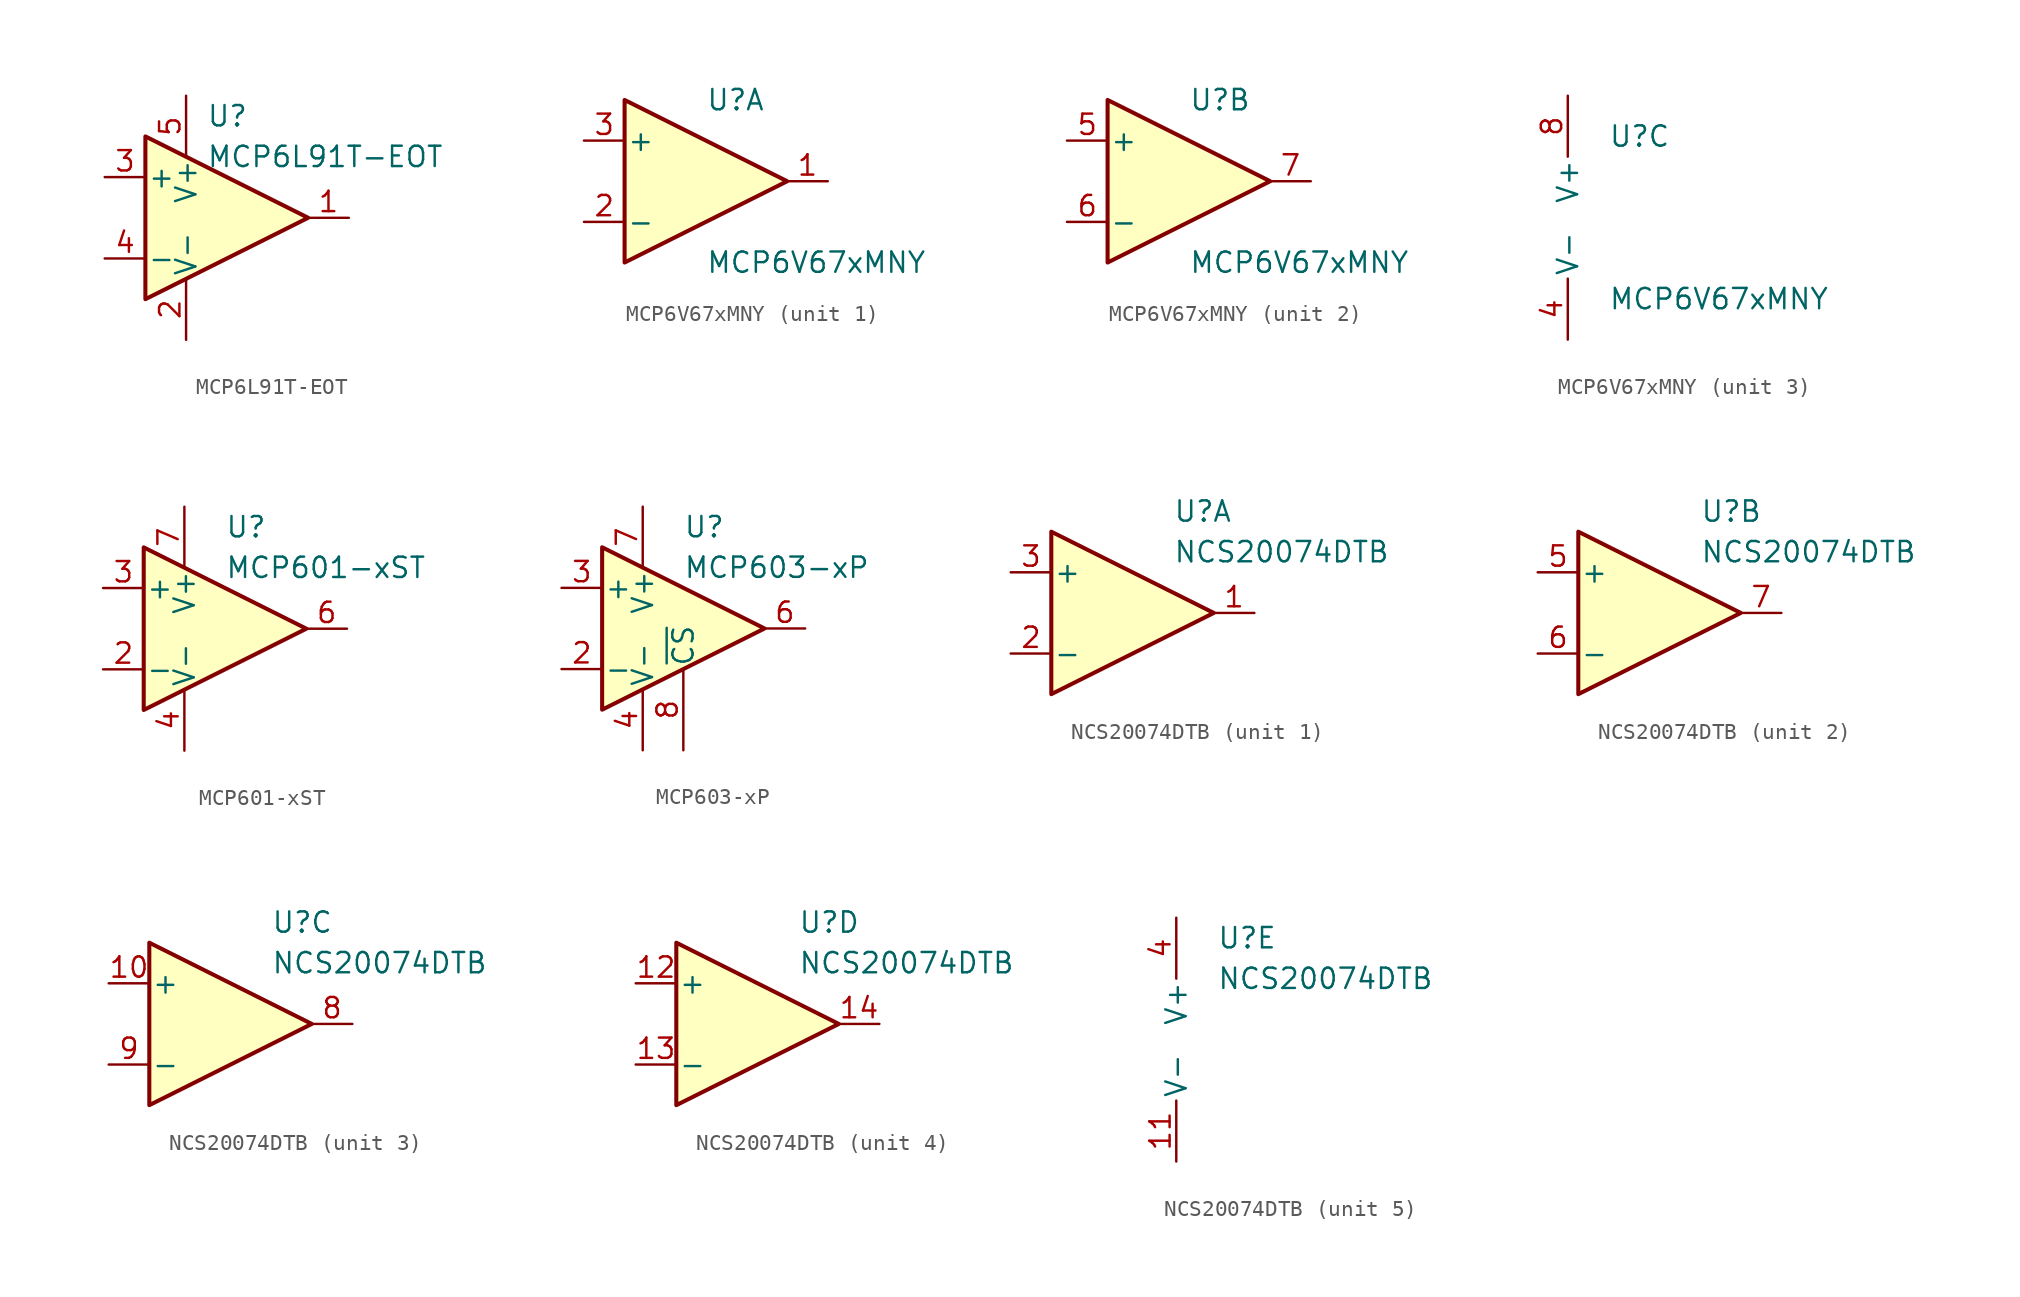
<source format=kicad_sym>
(kicad_symbol_lib
  (version 20241209)
  (generator "kicad_symbol_editor")
  (generator_version "9.0")
  (symbol "MCP6L91T-EOT"
    (pin_names
      (offset 0.127))
    (property "Reference" "U"
      (at -1.27 6.35 0)
      (effects (font (size 1.27 1.27)) (justify left)))
    (property "Value" "MCP6L91T-EOT"
      (at -1.27 3.81 0)
      (effects (font (size 1.27 1.27)) (justify left)))
    (symbol "MCP6L91T-EOT_0_1"
      (polyline (pts (xy -5.08 5.08) (xy 5.08 0) (xy -5.08 -5.08) (xy -5.08 5.08)) (stroke (width 0.254) (type default)) (fill (type background)))
      (pin power_in line (at -2.54 7.62 270) (length 3.81) (name "V+" (effects (font (size 1.27 1.27)))) (number "5" (effects (font (size 1.27 1.27)))))
      (pin power_in line (at -2.54 -7.62 90) (length 3.81) (name "V-" (effects (font (size 1.27 1.27)))) (number "2" (effects (font (size 1.27 1.27))))))
    (symbol "MCP6L91T-EOT_1_1"
      (pin input line (at -7.62 2.54 0) (length 2.54) (name "+" (effects (font (size 1.27 1.27)))) (number "3" (effects (font (size 1.27 1.27)))))
      (pin input line (at -7.62 -2.54 0) (length 2.54) (name "-" (effects (font (size 1.27 1.27)))) (number "4" (effects (font (size 1.27 1.27)))))
      (pin output line (at 7.62 0 180) (length 2.54) (name "~" (effects (font (size 1.27 1.27)))) (number "1" (effects (font (size 1.27 1.27)))))))
  (symbol "MCP6V67xMNY"
    (pin_names
      (offset 0.127))
    (property "Reference" "U"
      (at 0 5.08 0)
      (effects (font (size 1.27 1.27)) (justify left)))
    (property "Value" "MCP6V67xMNY"
      (at 0 -5.08 0)
      (effects (font (size 1.27 1.27)) (justify left)))
    (property "ki_locked" ""
      (at 0 0 0)
      (effects (font (size 1.27 1.27))))
    (symbol "MCP6V67xMNY_1_1"
      (polyline (pts (xy -5.08 5.08) (xy 5.08 0) (xy -5.08 -5.08) (xy -5.08 5.08)) (stroke (width 0.254) (type default)) (fill (type background)))
      (pin input line (at -7.62 2.54 0) (length 2.54) (name "+" (effects (font (size 1.27 1.27)))) (number "3" (effects (font (size 1.27 1.27)))))
      (pin input line (at -7.62 -2.54 0) (length 2.54) (name "-" (effects (font (size 1.27 1.27)))) (number "2" (effects (font (size 1.27 1.27)))))
      (pin output line (at 7.62 0 180) (length 2.54) (name "~" (effects (font (size 1.27 1.27)))) (number "1" (effects (font (size 1.27 1.27))))))
    (symbol "MCP6V67xMNY_2_1"
      (polyline (pts (xy -5.08 5.08) (xy 5.08 0) (xy -5.08 -5.08) (xy -5.08 5.08)) (stroke (width 0.254) (type default)) (fill (type background)))
      (pin input line (at -7.62 2.54 0) (length 2.54) (name "+" (effects (font (size 1.27 1.27)))) (number "5" (effects (font (size 1.27 1.27)))))
      (pin input line (at -7.62 -2.54 0) (length 2.54) (name "-" (effects (font (size 1.27 1.27)))) (number "6" (effects (font (size 1.27 1.27)))))
      (pin output line (at 7.62 0 180) (length 2.54) (name "~" (effects (font (size 1.27 1.27)))) (number "7" (effects (font (size 1.27 1.27))))))
    (symbol "MCP6V67xMNY_3_1"
      (pin power_in line (at -2.54 7.62 270) (length 3.81) (name "V+" (effects (font (size 1.27 1.27)))) (number "8" (effects (font (size 1.27 1.27)))))
      (pin power_in line (at -2.54 -7.62 90) (length 3.81) (name "V-" (effects (font (size 1.27 1.27)))) (number "4" (effects (font (size 1.27 1.27)))))
      (pin passive line (at -2.54 -7.62 90) (length 3.81) (hide yes) (name "V-" (effects (font (size 1.27 1.27)))) (number "9" (effects (font (size 1.27 1.27)))))))
  (symbol "MCP601-xST"
    (pin_names
      (offset 0.127))
    (property "Reference" "U"
      (at 0 6.35 0)
      (effects (font (size 1.27 1.27)) (justify left)))
    (property "Value" "MCP601-xST"
      (at 0 3.81 0)
      (effects (font (size 1.27 1.27)) (justify left)))
    (symbol "MCP601-xST_0_1"
      (polyline (pts (xy -5.08 5.08) (xy 5.08 0) (xy -5.08 -5.08) (xy -5.08 5.08)) (stroke (width 0.254) (type default)) (fill (type background))))
    (symbol "MCP601-xST_1_1"
      (pin input line (at -7.62 2.54 0) (length 2.54) (name "+" (effects (font (size 1.27 1.27)))) (number "3" (effects (font (size 1.27 1.27)))))
      (pin input line (at -7.62 -2.54 0) (length 2.54) (name "-" (effects (font (size 1.27 1.27)))) (number "2" (effects (font (size 1.27 1.27)))))
      (pin power_in line (at -2.54 7.62 270) (length 3.81) (name "V+" (effects (font (size 1.27 1.27)))) (number "7" (effects (font (size 1.27 1.27)))))
      (pin no_connect line (at -2.54 2.54 270) (length 2.54) (hide yes) (name "NC" (effects (font (size 1.27 1.27)))) (number "1" (effects (font (size 1.27 1.27)))))
      (pin power_in line (at -2.54 -7.62 90) (length 3.81) (name "V-" (effects (font (size 1.27 1.27)))) (number "4" (effects (font (size 1.27 1.27)))))
      (pin no_connect line (at 0 2.54 270) (length 2.54) (hide yes) (name "NC" (effects (font (size 1.27 1.27)))) (number "5" (effects (font (size 1.27 1.27)))))
      (pin no_connect line (at 0 -2.54 90) (length 2.54) (hide yes) (name "NC" (effects (font (size 1.27 1.27)))) (number "8" (effects (font (size 1.27 1.27)))))
      (pin output line (at 7.62 0 180) (length 2.54) (name "~" (effects (font (size 1.27 1.27)))) (number "6" (effects (font (size 1.27 1.27)))))))
  (symbol "MCP603-xP"
    (pin_names
      (offset 0.127))
    (property "Reference" "U"
      (at 0 6.35 0)
      (effects (font (size 1.27 1.27)) (justify left)))
    (property "Value" "MCP603-xP"
      (at 0 3.81 0)
      (effects (font (size 1.27 1.27)) (justify left)))
    (symbol "MCP603-xP_0_1"
      (polyline (pts (xy -5.08 5.08) (xy 5.08 0) (xy -5.08 -5.08) (xy -5.08 5.08)) (stroke (width 0.254) (type default)) (fill (type background))))
    (symbol "MCP603-xP_1_1"
      (pin input line (at -7.62 2.54 0) (length 2.54) (name "+" (effects (font (size 1.27 1.27)))) (number "3" (effects (font (size 1.27 1.27)))))
      (pin input line (at -7.62 -2.54 0) (length 2.54) (name "-" (effects (font (size 1.27 1.27)))) (number "2" (effects (font (size 1.27 1.27)))))
      (pin power_in line (at -2.54 7.62 270) (length 3.81) (name "V+" (effects (font (size 1.27 1.27)))) (number "7" (effects (font (size 1.27 1.27)))))
      (pin no_connect line (at -2.54 -2.54 90) (length 2.54) (hide yes) (name "NC" (effects (font (size 1.27 1.27)))) (number "5" (effects (font (size 1.27 1.27)))))
      (pin power_in line (at -2.54 -7.62 90) (length 3.81) (name "V-" (effects (font (size 1.27 1.27)))) (number "4" (effects (font (size 1.27 1.27)))))
      (pin no_connect line (at 0 -2.54 90) (length 2.54) (hide yes) (name "NC" (effects (font (size 1.27 1.27)))) (number "1" (effects (font (size 1.27 1.27)))))
      (pin input line (at 0 -7.62 90) (length 5.08) (name "~{CS}" (effects (font (size 1.27 1.27)))) (number "8" (effects (font (size 1.27 1.27)))))
      (pin output line (at 7.62 0 180) (length 2.54) (name "~" (effects (font (size 1.27 1.27)))) (number "6" (effects (font (size 1.27 1.27)))))))
  (symbol "NCS20074DTB"
    (pin_names
      (offset 0.127))
    (property "Reference" "U"
      (at 2.54 6.35 0)
      (effects (font (size 1.27 1.27)) (justify left)))
    (property "Value" "NCS20074DTB"
      (at 2.54 3.81 0)
      (effects (font (size 1.27 1.27)) (justify left)))
    (property "ki_locked" ""
      (at 0 0 0)
      (effects (font (size 1.27 1.27))))
    (symbol "NCS20074DTB_1_1"
      (polyline (pts (xy 5.08 0) (xy -5.08 5.08) (xy -5.08 -5.08) (xy 5.08 0)) (stroke (width 0.254) (type default)) (fill (type background)))
      (pin input line (at -7.62 2.54 0) (length 2.54) (name "+" (effects (font (size 1.27 1.27)))) (number "3" (effects (font (size 1.27 1.27)))))
      (pin input line (at -7.62 -2.54 0) (length 2.54) (name "-" (effects (font (size 1.27 1.27)))) (number "2" (effects (font (size 1.27 1.27)))))
      (pin output line (at 7.62 0 180) (length 2.54) (name "~" (effects (font (size 1.27 1.27)))) (number "1" (effects (font (size 1.27 1.27))))))
    (symbol "NCS20074DTB_2_1"
      (polyline (pts (xy -5.08 5.08) (xy -5.08 -5.08) (xy 5.08 0) (xy -5.08 5.08)) (stroke (width 0.254) (type default)) (fill (type background)))
      (pin input line (at -7.62 2.54 0) (length 2.54) (name "+" (effects (font (size 1.27 1.27)))) (number "5" (effects (font (size 1.27 1.27)))))
      (pin input line (at -7.62 -2.54 0) (length 2.54) (name "-" (effects (font (size 1.27 1.27)))) (number "6" (effects (font (size 1.27 1.27)))))
      (pin output line (at 7.62 0 180) (length 2.54) (name "~" (effects (font (size 1.27 1.27)))) (number "7" (effects (font (size 1.27 1.27))))))
    (symbol "NCS20074DTB_3_1"
      (polyline (pts (xy 5.08 0) (xy -5.08 5.08) (xy -5.08 -5.08) (xy 5.08 0)) (stroke (width 0.254) (type default)) (fill (type background)))
      (pin input line (at -7.62 2.54 0) (length 2.54) (name "+" (effects (font (size 1.27 1.27)))) (number "10" (effects (font (size 1.27 1.27)))))
      (pin input line (at -7.62 -2.54 0) (length 2.54) (name "-" (effects (font (size 1.27 1.27)))) (number "9" (effects (font (size 1.27 1.27)))))
      (pin output line (at 7.62 0 180) (length 2.54) (name "~" (effects (font (size 1.27 1.27)))) (number "8" (effects (font (size 1.27 1.27))))))
    (symbol "NCS20074DTB_4_1"
      (polyline (pts (xy -5.08 5.08) (xy 5.08 0) (xy -5.08 -5.08) (xy -5.08 5.08)) (stroke (width 0.254) (type default)) (fill (type background)))
      (pin input line (at -7.62 2.54 0) (length 2.54) (name "+" (effects (font (size 1.27 1.27)))) (number "12" (effects (font (size 1.27 1.27)))))
      (pin input line (at -7.62 -2.54 0) (length 2.54) (name "-" (effects (font (size 1.27 1.27)))) (number "13" (effects (font (size 1.27 1.27)))))
      (pin output line (at 7.62 0 180) (length 2.54) (name "~" (effects (font (size 1.27 1.27)))) (number "14" (effects (font (size 1.27 1.27))))))
    (symbol "NCS20074DTB_5_1"
      (pin power_in line (at 0 7.62 270) (length 3.81) (name "V+" (effects (font (size 1.27 1.27)))) (number "4" (effects (font (size 1.27 1.27)))))
      (pin power_in line (at 0 -7.62 90) (length 3.81) (name "V-" (effects (font (size 1.27 1.27)))) (number "11" (effects (font (size 1.27 1.27))))))))
</source>
